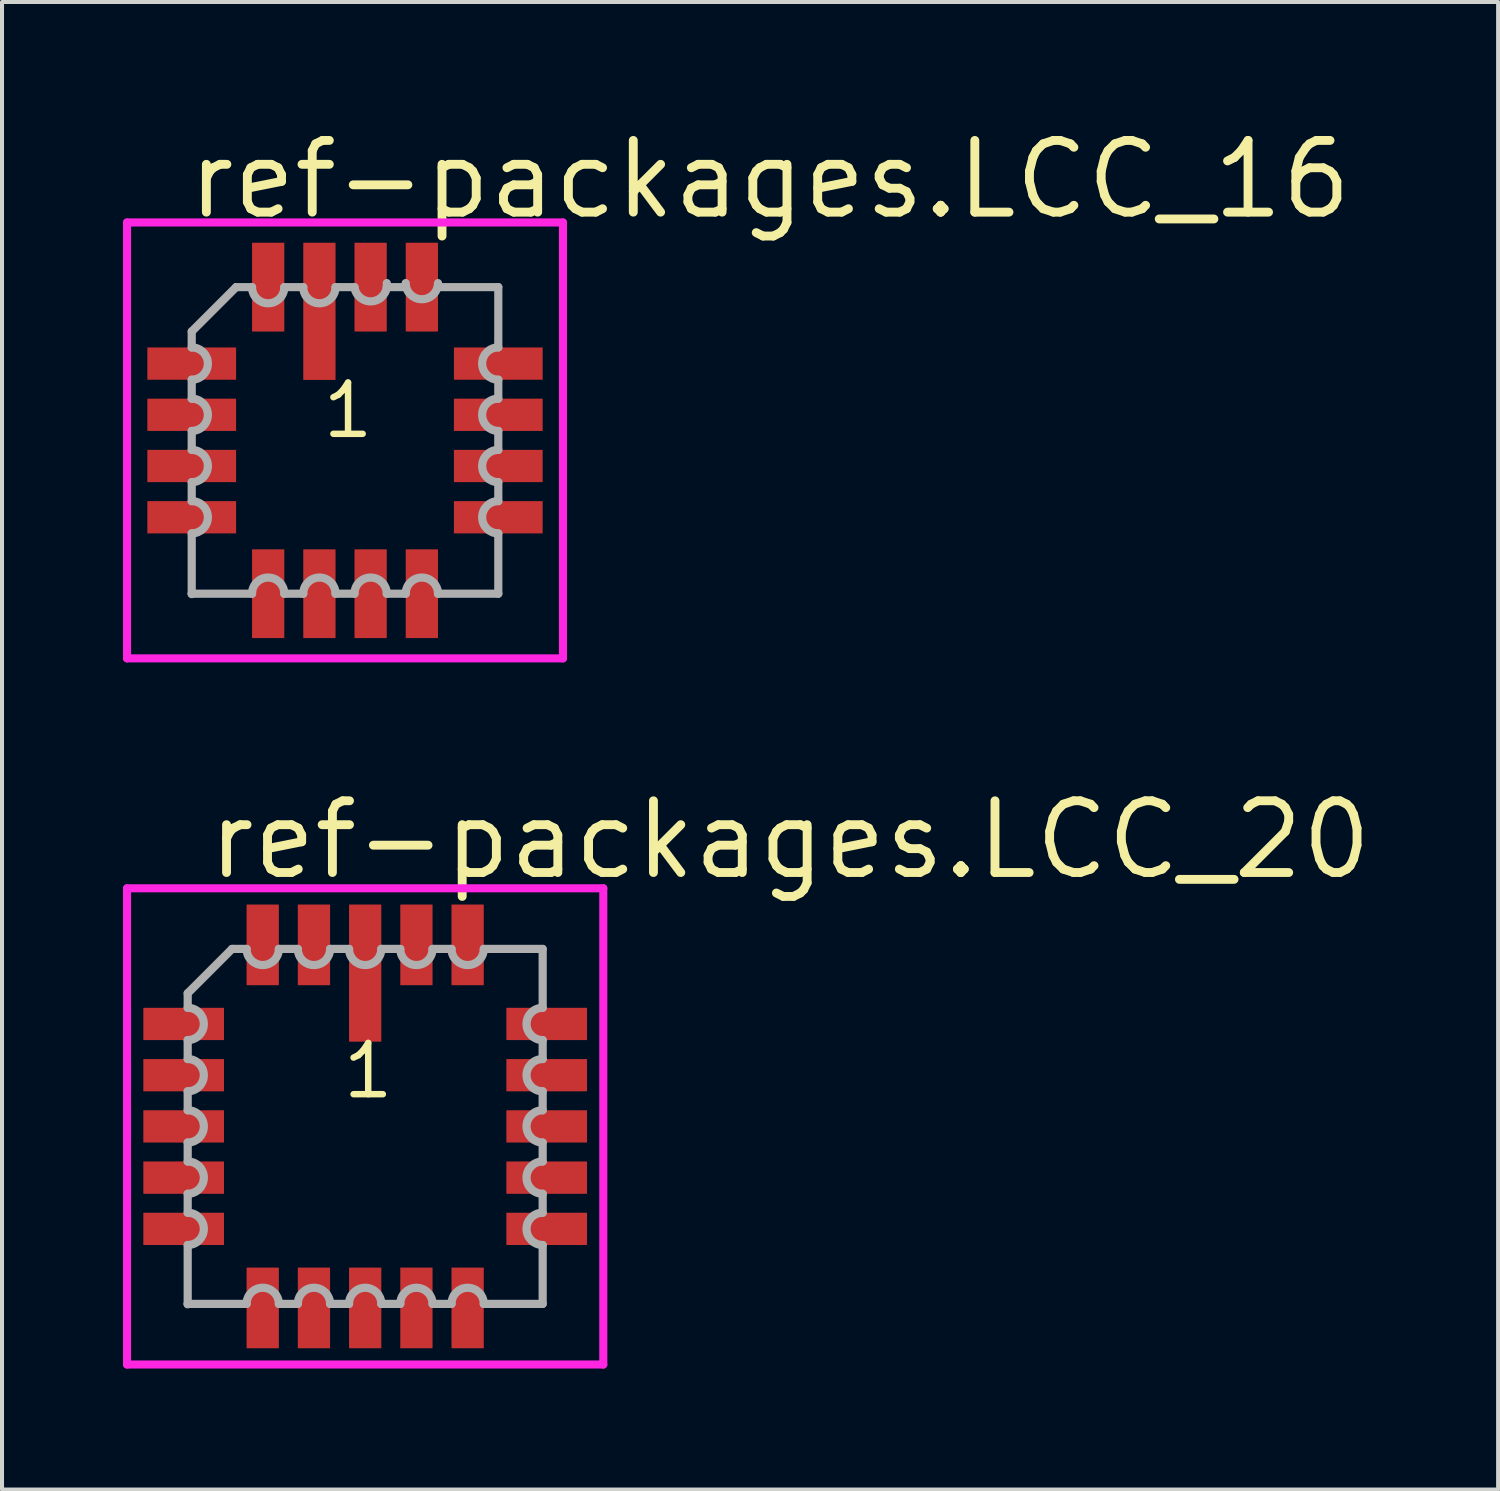
<source format=kicad_pcb>
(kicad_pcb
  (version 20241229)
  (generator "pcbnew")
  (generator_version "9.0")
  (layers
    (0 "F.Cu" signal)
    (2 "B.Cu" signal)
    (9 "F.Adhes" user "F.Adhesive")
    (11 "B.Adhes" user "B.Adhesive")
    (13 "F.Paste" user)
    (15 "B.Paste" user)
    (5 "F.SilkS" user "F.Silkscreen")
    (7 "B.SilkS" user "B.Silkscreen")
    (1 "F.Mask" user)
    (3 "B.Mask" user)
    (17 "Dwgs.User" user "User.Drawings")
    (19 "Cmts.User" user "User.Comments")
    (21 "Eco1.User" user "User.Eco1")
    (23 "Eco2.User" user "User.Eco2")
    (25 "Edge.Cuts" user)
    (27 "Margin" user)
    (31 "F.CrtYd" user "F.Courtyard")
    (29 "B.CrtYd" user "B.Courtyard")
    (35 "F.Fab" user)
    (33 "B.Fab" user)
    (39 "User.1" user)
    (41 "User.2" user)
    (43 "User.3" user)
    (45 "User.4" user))
  (footprint "ref-packages.LCC_20"
    (layer "F.Cu")
    (at 6.003 24.874)
    (property "Reference" "ref-packages.LCC_20" (at -4.005 -6.065 0) (layer "F.SilkS") (effects (font (size 1.778 1.778) (thickness 0.22)) (justify left bottom)))
    (attr smd)
    (fp_line (start -5.903 -5.903) (end 5.903 -5.903) (stroke (width 0.2) (type default)) (layer "F.CrtYd"))
    (fp_line (start -5.903 5.903) (end -5.903 -5.903) (stroke (width 0.2) (type default)) (layer "F.CrtYd"))
    (fp_line (start 5.903 -5.903) (end 5.903 5.903) (stroke (width 0.2) (type default)) (layer "F.CrtYd"))
    (fp_line (start 5.903 5.903) (end -5.903 5.903) (stroke (width 0.2) (type default)) (layer "F.CrtYd"))
    (fp_line (start -4.4 -3.3) (end -4.4 -2.94) (stroke (width 0.203) (type default)) (layer "F.Fab"))
    (fp_line (start -4.4 -2.14) (end -4.4 -1.67) (stroke (width 0.203) (type default)) (layer "F.Fab"))
    (fp_line (start -4.4 -0.87) (end -4.4 -0.4) (stroke (width 0.203) (type default)) (layer "F.Fab"))
    (fp_line (start -4.4 0.4) (end -4.4 0.87) (stroke (width 0.203) (type default)) (layer "F.Fab"))
    (fp_line (start -4.4 1.67) (end -4.4 2.14) (stroke (width 0.203) (type default)) (layer "F.Fab"))
    (fp_line (start -4.4 2.94) (end -4.4 4.4) (stroke (width 0.203) (type default)) (layer "F.Fab"))
    (fp_line (start -4.4 4.4) (end -4.4 4.41) (stroke (width 0.203) (type default)) (layer "F.Fab"))
    (fp_line (start -4.4 4.4) (end -2.94 4.4) (stroke (width 0.203) (type default)) (layer "F.Fab"))
    (fp_line (start -3.3 -4.4) (end -4.4 -3.3) (stroke (width 0.203) (type default)) (layer "F.Fab"))
    (fp_line (start -2.94 -4.4) (end -3.3 -4.4) (stroke (width 0.203) (type default)) (layer "F.Fab"))
    (fp_line (start -2.14 4.4) (end -1.67 4.4) (stroke (width 0.203) (type default)) (layer "F.Fab"))
    (fp_line (start -1.67 -4.4) (end -2.14 -4.4) (stroke (width 0.203) (type default)) (layer "F.Fab"))
    (fp_line (start -0.87 4.4) (end -0.4 4.4) (stroke (width 0.203) (type default)) (layer "F.Fab"))
    (fp_line (start -0.4 -4.4) (end -0.87 -4.4) (stroke (width 0.203) (type default)) (layer "F.Fab"))
    (fp_line (start 0.4 4.4) (end 0.87 4.4) (stroke (width 0.203) (type default)) (layer "F.Fab"))
    (fp_line (start 0.87 -4.4) (end 0.4 -4.4) (stroke (width 0.203) (type default)) (layer "F.Fab"))
    (fp_line (start 1.67 4.4) (end 2.14 4.4) (stroke (width 0.203) (type default)) (layer "F.Fab"))
    (fp_line (start 2.14 -4.4) (end 1.67 -4.4) (stroke (width 0.203) (type default)) (layer "F.Fab"))
    (fp_line (start 2.94 4.4) (end 4.4 4.4) (stroke (width 0.203) (type default)) (layer "F.Fab"))
    (fp_line (start 4.4 -4.4) (end 2.94 -4.4) (stroke (width 0.203) (type default)) (layer "F.Fab"))
    (fp_line (start 4.4 -2.94) (end 4.4 -4.4) (stroke (width 0.203) (type default)) (layer "F.Fab"))
    (fp_line (start 4.4 -1.67) (end 4.4 -2.14) (stroke (width 0.203) (type default)) (layer "F.Fab"))
    (fp_line (start 4.4 -0.4) (end 4.4 -0.87) (stroke (width 0.203) (type default)) (layer "F.Fab"))
    (fp_line (start 4.4 0.87) (end 4.4 0.4) (stroke (width 0.203) (type default)) (layer "F.Fab"))
    (fp_line (start 4.4 2.14) (end 4.4 1.67) (stroke (width 0.203) (type default)) (layer "F.Fab"))
    (fp_line (start 4.4 4.4) (end 4.4 2.94) (stroke (width 0.203) (type default)) (layer "F.Fab"))
    (fp_arc (start -4.4001 -2.94) (mid -4.0001 -2.54) (end -4.4001 -2.14) (stroke (width 0.2032) (type default)) (layer "F.Fab"))
    (fp_arc (start -4.4001 -1.67) (mid -4.0001 -1.27) (end -4.4001 -0.87) (stroke (width 0.2032) (type default)) (layer "F.Fab"))
    (fp_arc (start -4.4001 -0.4001) (mid -4 0) (end -4.4001 0.4001) (stroke (width 0.2032) (type default)) (layer "F.Fab"))
    (fp_arc (start -4.4001 0.8699) (mid -4 1.27) (end -4.4001 1.6701) (stroke (width 0.2032) (type default)) (layer "F.Fab"))
    (fp_arc (start -4.4001 2.1399) (mid -4 2.54) (end -4.4001 2.9401) (stroke (width 0.2032) (type default)) (layer "F.Fab"))
    (fp_arc (start -2.9401 4.4001) (mid -2.54 4) (end -2.1399 4.4001) (stroke (width 0.2032) (type default)) (layer "F.Fab"))
    (fp_arc (start -2.1399 -4.4001) (mid -2.54 -4) (end -2.9401 -4.4001) (stroke (width 0.2032) (type default)) (layer "F.Fab"))
    (fp_arc (start -1.6701 4.4001) (mid -1.27 4) (end -0.8699 4.4001) (stroke (width 0.2032) (type default)) (layer "F.Fab"))
    (fp_arc (start -0.8699 -4.4001) (mid -1.27 -4) (end -1.6701 -4.4001) (stroke (width 0.2032) (type default)) (layer "F.Fab"))
    (fp_arc (start -0.4001 4.4001) (mid 0 4) (end 0.4001 4.4001) (stroke (width 0.2032) (type default)) (layer "F.Fab"))
    (fp_arc (start 0.4001 -4.4001) (mid 0 -4) (end -0.4001 -4.4001) (stroke (width 0.2032) (type default)) (layer "F.Fab"))
    (fp_arc (start 0.87 4.4001) (mid 1.27 4.0001) (end 1.67 4.4001) (stroke (width 0.2032) (type default)) (layer "F.Fab"))
    (fp_arc (start 1.67 -4.4001) (mid 1.27 -4.0001) (end 0.87 -4.4001) (stroke (width 0.2032) (type default)) (layer "F.Fab"))
    (fp_arc (start 2.14 4.4001) (mid 2.54 4.0001) (end 2.94 4.4001) (stroke (width 0.2032) (type default)) (layer "F.Fab"))
    (fp_arc (start 2.94 -4.4001) (mid 2.54 -4.0001) (end 2.14 -4.4001) (stroke (width 0.2032) (type default)) (layer "F.Fab"))
    (fp_arc (start 4.4001 -2.1399) (mid 4 -2.54) (end 4.4001 -2.9401) (stroke (width 0.2032) (type default)) (layer "F.Fab"))
    (fp_arc (start 4.4001 -0.8699) (mid 4 -1.27) (end 4.4001 -1.6701) (stroke (width 0.2032) (type default)) (layer "F.Fab"))
    (fp_arc (start 4.4001 0.4001) (mid 4 0) (end 4.4001 -0.4001) (stroke (width 0.2032) (type default)) (layer "F.Fab"))
    (fp_arc (start 4.4001 1.67) (mid 4.0001 1.27) (end 4.4001 0.87) (stroke (width 0.2032) (type default)) (layer "F.Fab"))
    (fp_arc (start 4.4001 2.94) (mid 4.0001 2.54) (end 4.4001 2.14) (stroke (width 0.2032) (type default)) (layer "F.Fab"))
    (fp_text user "1" (at -0.635 -0.635 0) (layer "F.SilkS") (effects (font (size 1.27 1.27) (thickness 0.16)) (justify left bottom)))
    (pad "1" smd roundrect (at 0 -3.8) (size 0.8 3.4) (layers "F.Cu" "F.Mask" "F.Paste") (roundrect_rratio 0.01))
    (pad "2" smd roundrect (at -1.27 -4.5) (size 0.8 2) (layers "F.Cu" "F.Mask" "F.Paste") (roundrect_rratio 0.01))
    (pad "3" smd roundrect (at -2.54 -4.5) (size 0.8 2) (layers "F.Cu" "F.Mask" "F.Paste") (roundrect_rratio 0.01))
    (pad "4" smd roundrect (at -4.5 -2.54) (size 2 0.8) (layers "F.Cu" "F.Mask" "F.Paste") (roundrect_rratio 0.01))
    (pad "5" smd roundrect (at -4.5 -1.27) (size 2 0.8) (layers "F.Cu" "F.Mask" "F.Paste") (roundrect_rratio 0.01))
    (pad "6" smd roundrect (at -4.5 0) (size 2 0.8) (layers "F.Cu" "F.Mask" "F.Paste") (roundrect_rratio 0.01))
    (pad "7" smd roundrect (at -4.5 1.27) (size 2 0.8) (layers "F.Cu" "F.Mask" "F.Paste") (roundrect_rratio 0.01))
    (pad "8" smd roundrect (at -4.5 2.54) (size 2 0.8) (layers "F.Cu" "F.Mask" "F.Paste") (roundrect_rratio 0.01))
    (pad "9" smd roundrect (at -2.54 4.5) (size 0.8 2) (layers "F.Cu" "F.Mask" "F.Paste") (roundrect_rratio 0.01))
    (pad "10" smd roundrect (at -1.27 4.5) (size 0.8 2) (layers "F.Cu" "F.Mask" "F.Paste") (roundrect_rratio 0.01))
    (pad "11" smd roundrect (at 0 4.5) (size 0.8 2) (layers "F.Cu" "F.Mask" "F.Paste") (roundrect_rratio 0.01))
    (pad "12" smd roundrect (at 1.27 4.5) (size 0.8 2) (layers "F.Cu" "F.Mask" "F.Paste") (roundrect_rratio 0.01))
    (pad "13" smd roundrect (at 2.54 4.5) (size 0.8 2) (layers "F.Cu" "F.Mask" "F.Paste") (roundrect_rratio 0.01))
    (pad "14" smd roundrect (at 4.5 2.54) (size 2 0.8) (layers "F.Cu" "F.Mask" "F.Paste") (roundrect_rratio 0.01))
    (pad "15" smd roundrect (at 4.5 1.27) (size 2 0.8) (layers "F.Cu" "F.Mask" "F.Paste") (roundrect_rratio 0.01))
    (pad "16" smd roundrect (at 4.5 0) (size 2 0.8) (layers "F.Cu" "F.Mask" "F.Paste") (roundrect_rratio 0.01))
    (pad "17" smd roundrect (at 4.5 -1.27) (size 2 0.8) (layers "F.Cu" "F.Mask" "F.Paste") (roundrect_rratio 0.01))
    (pad "18" smd roundrect (at 4.5 -2.54) (size 2 0.8) (layers "F.Cu" "F.Mask" "F.Paste") (roundrect_rratio 0.01))
    (pad "19" smd roundrect (at 2.54 -4.5) (size 0.8 2) (layers "F.Cu" "F.Mask" "F.Paste") (roundrect_rratio 0.01))
    (pad "20" smd roundrect (at 1.27 -4.5) (size 0.8 2) (layers "F.Cu" "F.Mask" "F.Paste") (roundrect_rratio 0.01)))
  (footprint "ref-packages.LCC_16"
    (layer "F.Cu")
    (at 5.503 7.868)
    (property "Reference" "ref-packages.LCC_16" (at -4.005 -5.43 0) (layer "F.SilkS") (effects (font (size 1.778 1.778) (thickness 0.22)) (justify left bottom)))
    (attr smd)
    (fp_line (start -5.403 -5.403) (end 5.403 -5.403) (stroke (width 0.2) (type default)) (layer "F.CrtYd"))
    (fp_line (start -5.403 5.403) (end -5.403 -5.403) (stroke (width 0.2) (type default)) (layer "F.CrtYd"))
    (fp_line (start 5.403 -5.403) (end 5.403 5.403) (stroke (width 0.2) (type default)) (layer "F.CrtYd"))
    (fp_line (start 5.403 5.403) (end -5.403 5.403) (stroke (width 0.2) (type default)) (layer "F.CrtYd"))
    (fp_line (start -3.8 -2.7) (end -3.8 -2.305) (stroke (width 0.203) (type default)) (layer "F.Fab"))
    (fp_line (start -3.8 -1.505) (end -3.8 -1.035) (stroke (width 0.203) (type default)) (layer "F.Fab"))
    (fp_line (start -3.8 -0.235) (end -3.8 0.235) (stroke (width 0.203) (type default)) (layer "F.Fab"))
    (fp_line (start -3.8 1.035) (end -3.8 1.505) (stroke (width 0.203) (type default)) (layer "F.Fab"))
    (fp_line (start -3.8 2.305) (end -3.8 3.8) (stroke (width 0.203) (type default)) (layer "F.Fab"))
    (fp_line (start -3.8 3.8) (end -3.8 3.81) (stroke (width 0.203) (type default)) (layer "F.Fab"))
    (fp_line (start -3.8 3.8) (end -2.305 3.8) (stroke (width 0.203) (type default)) (layer "F.Fab"))
    (fp_line (start -2.7 -3.8) (end -3.8 -2.7) (stroke (width 0.203) (type default)) (layer "F.Fab"))
    (fp_line (start -2.305 -3.8) (end -2.7 -3.8) (stroke (width 0.203) (type default)) (layer "F.Fab"))
    (fp_line (start -1.505 3.8) (end -1.035 3.8) (stroke (width 0.203) (type default)) (layer "F.Fab"))
    (fp_line (start -1.035 -3.8) (end -1.505 -3.8) (stroke (width 0.203) (type default)) (layer "F.Fab"))
    (fp_line (start -0.235 3.8) (end 0.235 3.8) (stroke (width 0.203) (type default)) (layer "F.Fab"))
    (fp_line (start 0.235 -3.8) (end -0.235 -3.8) (stroke (width 0.203) (type default)) (layer "F.Fab"))
    (fp_line (start 1.035 3.8) (end 1.505 3.8) (stroke (width 0.203) (type default)) (layer "F.Fab"))
    (fp_line (start 1.505 -3.8) (end 1.035 -3.8) (stroke (width 0.203) (type default)) (layer "F.Fab"))
    (fp_line (start 2.305 3.8) (end 3.8 3.8) (stroke (width 0.203) (type default)) (layer "F.Fab"))
    (fp_line (start 3.8 -3.8) (end 2.305 -3.8) (stroke (width 0.203) (type default)) (layer "F.Fab"))
    (fp_line (start 3.8 -2.305) (end 3.8 -3.8) (stroke (width 0.203) (type default)) (layer "F.Fab"))
    (fp_line (start 3.8 -1.035) (end 3.8 -1.505) (stroke (width 0.203) (type default)) (layer "F.Fab"))
    (fp_line (start 3.8 0.235) (end 3.8 -0.235) (stroke (width 0.203) (type default)) (layer "F.Fab"))
    (fp_line (start 3.8 1.505) (end 3.8 1.035) (stroke (width 0.203) (type default)) (layer "F.Fab"))
    (fp_line (start 3.8 3.8) (end 3.8 2.305) (stroke (width 0.203) (type default)) (layer "F.Fab"))
    (fp_arc (start -3.7999 -2.305) (mid -3.3999 -1.905) (end -3.7999 -1.505) (stroke (width 0.2032) (type default)) (layer "F.Fab"))
    (fp_arc (start -3.7999 -1.035) (mid -3.3999 -0.635) (end -3.7999 -0.235) (stroke (width 0.2032) (type default)) (layer "F.Fab"))
    (fp_arc (start -3.7999 0.2349) (mid -3.3998 0.635) (end -3.7999 1.0351) (stroke (width 0.2032) (type default)) (layer "F.Fab"))
    (fp_arc (start -3.7999 1.5049) (mid -3.3998 1.905) (end -3.7999 2.3051) (stroke (width 0.2032) (type default)) (layer "F.Fab"))
    (fp_arc (start -2.3051 3.7999) (mid -1.905 3.3998) (end -1.5049 3.7999) (stroke (width 0.2032) (type default)) (layer "F.Fab"))
    (fp_arc (start -1.5049 -3.7999) (mid -1.905 -3.3998) (end -2.3051 -3.7999) (stroke (width 0.2032) (type default)) (layer "F.Fab"))
    (fp_arc (start -1.0351 3.7999) (mid -0.635 3.3998) (end -0.2349 3.7999) (stroke (width 0.2032) (type default)) (layer "F.Fab"))
    (fp_arc (start -0.2349 -3.7999) (mid -0.635 -3.3998) (end -1.0351 -3.7999) (stroke (width 0.2032) (type default)) (layer "F.Fab"))
    (fp_arc (start 0.235 3.7999) (mid 0.635 3.3999) (end 1.035 3.7999) (stroke (width 0.2032) (type default)) (layer "F.Fab"))
    (fp_arc (start 1.035 -3.8999) (mid 0.685 -3.4499) (end 0.235 -3.7999) (stroke (width 0.2032) (type default)) (layer "F.Fab"))
    (fp_arc (start 1.505 3.7999) (mid 1.905 3.3999) (end 2.305 3.7999) (stroke (width 0.2032) (type default)) (layer "F.Fab"))
    (fp_arc (start 2.305 -3.8999) (mid 1.905 -3.4999) (end 1.505 -3.8999) (stroke (width 0.2032) (type default)) (layer "F.Fab"))
    (fp_arc (start 3.7999 -1.5049) (mid 3.3998 -1.905) (end 3.7999 -2.3051) (stroke (width 0.2032) (type default)) (layer "F.Fab"))
    (fp_arc (start 3.7999 -0.2349) (mid 3.3998 -0.635) (end 3.7999 -1.0351) (stroke (width 0.2032) (type default)) (layer "F.Fab"))
    (fp_arc (start 3.7999 1.035) (mid 3.3999 0.635) (end 3.7999 0.235) (stroke (width 0.2032) (type default)) (layer "F.Fab"))
    (fp_arc (start 3.7999 2.305) (mid 3.3999 1.905) (end 3.7999 1.505) (stroke (width 0.2032) (type default)) (layer "F.Fab"))
    (fp_text user "1" (at -0.635 0 0) (layer "F.SilkS") (effects (font (size 1.27 1.27) (thickness 0.16)) (justify left bottom)))
    (pad "1" smd roundrect (at -0.635 -3.2) (size 0.8 3.4) (layers "F.Cu" "F.Mask" "F.Paste") (roundrect_rratio 0.01))
    (pad "2" smd roundrect (at -1.905 -3.8) (size 0.8 2.2) (layers "F.Cu" "F.Mask" "F.Paste") (roundrect_rratio 0.01))
    (pad "3" smd roundrect (at -3.8 -1.905) (size 2.2 0.8) (layers "F.Cu" "F.Mask" "F.Paste") (roundrect_rratio 0.01))
    (pad "4" smd roundrect (at -3.8 -0.635) (size 2.2 0.8) (layers "F.Cu" "F.Mask" "F.Paste") (roundrect_rratio 0.01))
    (pad "5" smd roundrect (at -3.8 0.635) (size 2.2 0.8) (layers "F.Cu" "F.Mask" "F.Paste") (roundrect_rratio 0.01))
    (pad "6" smd roundrect (at -3.8 1.905) (size 2.2 0.8) (layers "F.Cu" "F.Mask" "F.Paste") (roundrect_rratio 0.01))
    (pad "7" smd roundrect (at -1.905 3.8) (size 0.8 2.2) (layers "F.Cu" "F.Mask" "F.Paste") (roundrect_rratio 0.01))
    (pad "8" smd roundrect (at -0.635 3.8) (size 0.8 2.2) (layers "F.Cu" "F.Mask" "F.Paste") (roundrect_rratio 0.01))
    (pad "9" smd roundrect (at 0.635 3.8) (size 0.8 2.2) (layers "F.Cu" "F.Mask" "F.Paste") (roundrect_rratio 0.01))
    (pad "10" smd roundrect (at 1.905 3.8) (size 0.8 2.2) (layers "F.Cu" "F.Mask" "F.Paste") (roundrect_rratio 0.01))
    (pad "11" smd roundrect (at 3.8 1.905) (size 2.2 0.8) (layers "F.Cu" "F.Mask" "F.Paste") (roundrect_rratio 0.01))
    (pad "12" smd roundrect (at 3.8 0.635) (size 2.2 0.8) (layers "F.Cu" "F.Mask" "F.Paste") (roundrect_rratio 0.01))
    (pad "13" smd roundrect (at 3.8 -0.635) (size 2.2 0.8) (layers "F.Cu" "F.Mask" "F.Paste") (roundrect_rratio 0.01))
    (pad "14" smd roundrect (at 3.8 -1.905) (size 2.2 0.8) (layers "F.Cu" "F.Mask" "F.Paste") (roundrect_rratio 0.01))
    (pad "15" smd roundrect (at 1.905 -3.8) (size 0.8 2.2) (layers "F.Cu" "F.Mask" "F.Paste") (roundrect_rratio 0.01))
    (pad "16" smd roundrect (at 0.635 -3.8) (size 0.8 2.2) (layers "F.Cu" "F.Mask" "F.Paste") (roundrect_rratio 0.01)))
  (gr_rect
    (start -3 -3)
    (end 34.089 33.877)
    (stroke (width 0.1) (type default))
    (fill no)
    (layer "Edge.Cuts")))
</source>
